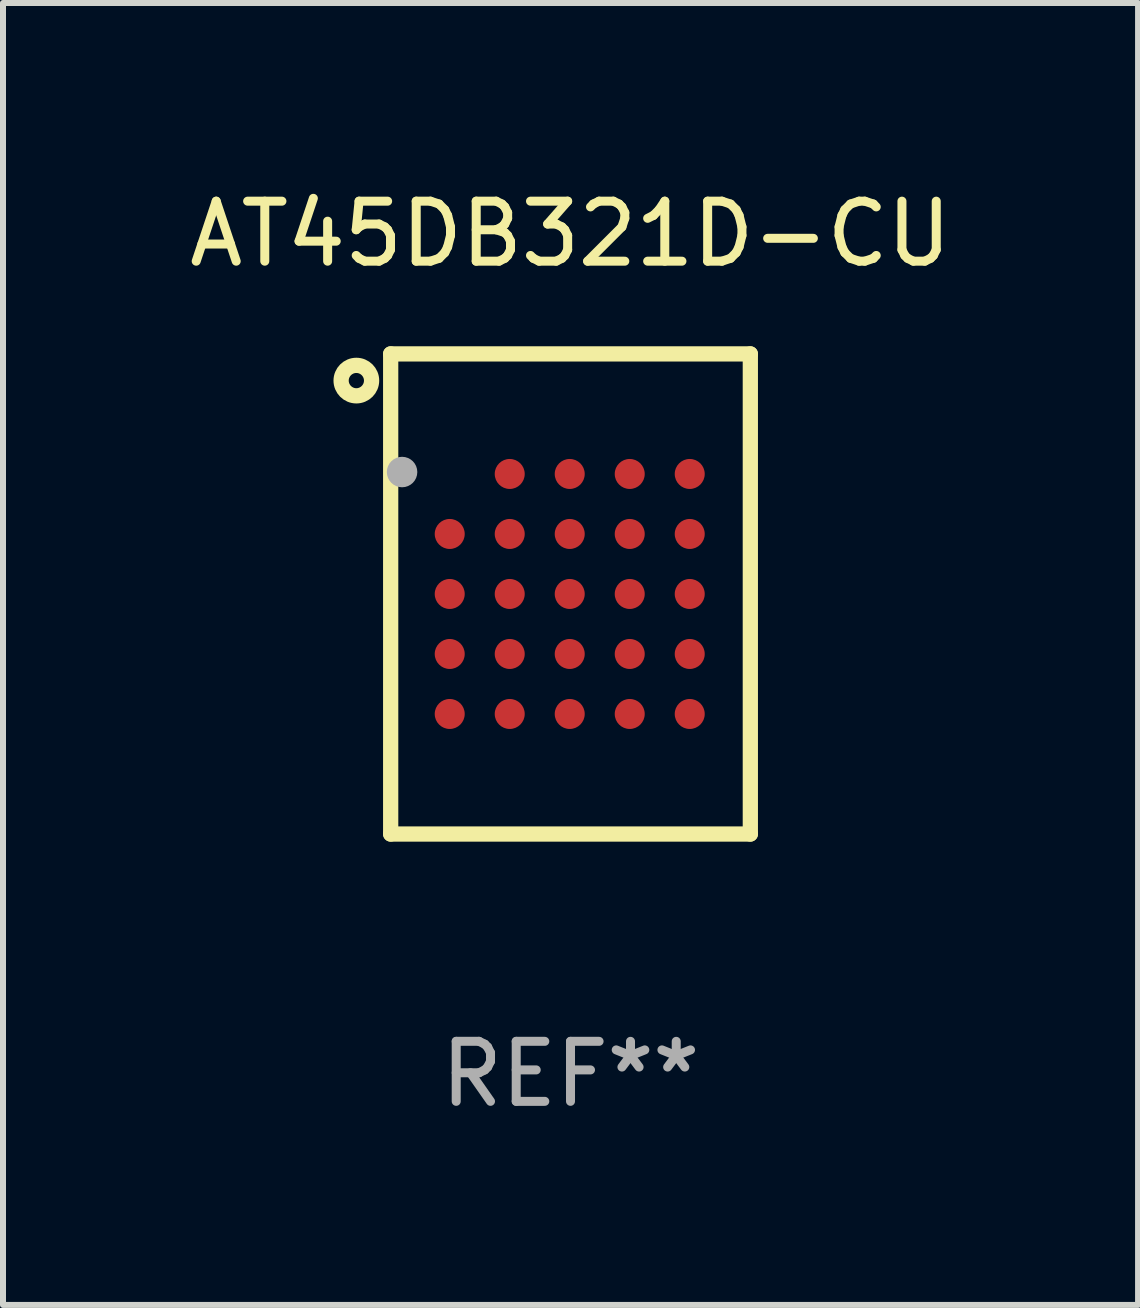
<source format=kicad_pcb>
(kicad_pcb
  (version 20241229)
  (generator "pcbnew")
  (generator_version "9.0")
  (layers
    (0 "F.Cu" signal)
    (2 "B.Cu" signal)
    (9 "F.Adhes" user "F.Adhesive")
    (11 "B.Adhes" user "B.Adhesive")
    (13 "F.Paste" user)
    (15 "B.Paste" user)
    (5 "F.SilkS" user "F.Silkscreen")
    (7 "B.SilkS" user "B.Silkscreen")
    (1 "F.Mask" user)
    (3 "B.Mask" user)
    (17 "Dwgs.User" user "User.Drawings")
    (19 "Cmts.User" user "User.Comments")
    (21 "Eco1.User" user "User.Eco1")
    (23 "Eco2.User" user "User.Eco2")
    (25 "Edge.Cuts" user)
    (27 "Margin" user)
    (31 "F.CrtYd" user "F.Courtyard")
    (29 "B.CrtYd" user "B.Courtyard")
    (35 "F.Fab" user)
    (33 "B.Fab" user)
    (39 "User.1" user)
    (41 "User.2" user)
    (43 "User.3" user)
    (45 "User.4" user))
  (footprint "AT45DB321D-CU"
    (layer "F.Cu")
    (at 6.458 6.849)
    (property "Reference" "AT45DB321D-CU" (at 0 -6.001 0) (layer "F.SilkS") (effects (font (size 1 1) (thickness 0.15))))
    (attr through_hole)
    (fp_line (start -2.997 -4.001) (end 2.997 -4.001) (stroke (width 0.254) (type solid)) (layer "F.SilkS"))
    (fp_line (start -2.997 4.001) (end -2.997 -4.001) (stroke (width 0.254) (type solid)) (layer "F.SilkS"))
    (fp_line (start 2.997 -4.001) (end 2.997 4.001) (stroke (width 0.254) (type solid)) (layer "F.SilkS"))
    (fp_line (start 2.997 4.001) (end -2.997 4.001) (stroke (width 0.254) (type solid)) (layer "F.SilkS"))
    (fp_circle (center -3.569 -3.556) (end -3.315 -3.556) (stroke (width 0.254) (type solid)) (fill no) (layer "F.SilkS"))
    (fp_circle (center -3.013 -4) (end -2.983 -4) (stroke (width 0.06) (type solid)) (fill no) (layer "F.SilkS"))
    (fp_circle (center -2.807 -2.032) (end -2.68 -2.032) (stroke (width 0.254) (type solid)) (fill no) (layer "F.Fab"))
    (fp_text user "REF**" (at 0 8.001 0) (layer "F.Fab") (effects (font (size 1 1) (thickness 0.15))))
    (pad "A2" smd circle (at -1.013 -2) (size 0.5 0.5) (layers "F.Cu" "F.Mask" "F.Paste"))
    (pad "A3" smd circle (at -0.013 -2) (size 0.5 0.5) (layers "F.Cu" "F.Mask" "F.Paste"))
    (pad "A4" smd circle (at 0.987 -2) (size 0.5 0.5) (layers "F.Cu" "F.Mask" "F.Paste"))
    (pad "A5" smd circle (at 1.987 -2) (size 0.5 0.5) (layers "F.Cu" "F.Mask" "F.Paste"))
    (pad "B1" smd circle (at -2.013 -1) (size 0.5 0.5) (layers "F.Cu" "F.Mask" "F.Paste"))
    (pad "B2" smd circle (at -1.013 -1) (size 0.5 0.5) (layers "F.Cu" "F.Mask" "F.Paste"))
    (pad "B3" smd circle (at -0.013 -1) (size 0.5 0.5) (layers "F.Cu" "F.Mask" "F.Paste"))
    (pad "B4" smd circle (at 0.987 -1) (size 0.5 0.5) (layers "F.Cu" "F.Mask" "F.Paste"))
    (pad "B5" smd circle (at 1.987 -1) (size 0.5 0.5) (layers "F.Cu" "F.Mask" "F.Paste"))
    (pad "C1" smd circle (at -2.013 0) (size 0.5 0.5) (layers "F.Cu" "F.Mask" "F.Paste"))
    (pad "C2" smd circle (at -1.013 0) (size 0.5 0.5) (layers "F.Cu" "F.Mask" "F.Paste"))
    (pad "C3" smd circle (at -0.013 0) (size 0.5 0.5) (layers "F.Cu" "F.Mask" "F.Paste"))
    (pad "C4" smd circle (at 0.987 0) (size 0.5 0.5) (layers "F.Cu" "F.Mask" "F.Paste"))
    (pad "C5" smd circle (at 1.987 0) (size 0.5 0.5) (layers "F.Cu" "F.Mask" "F.Paste"))
    (pad "D1" smd circle (at -2.013 1) (size 0.5 0.5) (layers "F.Cu" "F.Mask" "F.Paste"))
    (pad "D2" smd circle (at -1.013 1) (size 0.5 0.5) (layers "F.Cu" "F.Mask" "F.Paste"))
    (pad "D3" smd circle (at -0.013 1) (size 0.5 0.5) (layers "F.Cu" "F.Mask" "F.Paste"))
    (pad "D4" smd circle (at 0.987 1) (size 0.5 0.5) (layers "F.Cu" "F.Mask" "F.Paste"))
    (pad "D5" smd circle (at 1.987 1) (size 0.5 0.5) (layers "F.Cu" "F.Mask" "F.Paste"))
    (pad "E1" smd circle (at -2.013 2) (size 0.5 0.5) (layers "F.Cu" "F.Mask" "F.Paste"))
    (pad "E2" smd circle (at -1.013 2) (size 0.5 0.5) (layers "F.Cu" "F.Mask" "F.Paste"))
    (pad "E3" smd circle (at -0.013 2) (size 0.5 0.5) (layers "F.Cu" "F.Mask" "F.Paste"))
    (pad "E4" smd circle (at 0.987 2) (size 0.5 0.5) (layers "F.Cu" "F.Mask" "F.Paste"))
    (pad "E5" smd circle (at 1.987 2) (size 0.5 0.5) (layers "F.Cu" "F.Mask" "F.Paste")))
  (gr_rect
    (start -3 -3)
    (end 15.917 18.698)
    (stroke (width 0.1) (type default))
    (fill no)
    (layer "Edge.Cuts")))
</source>
